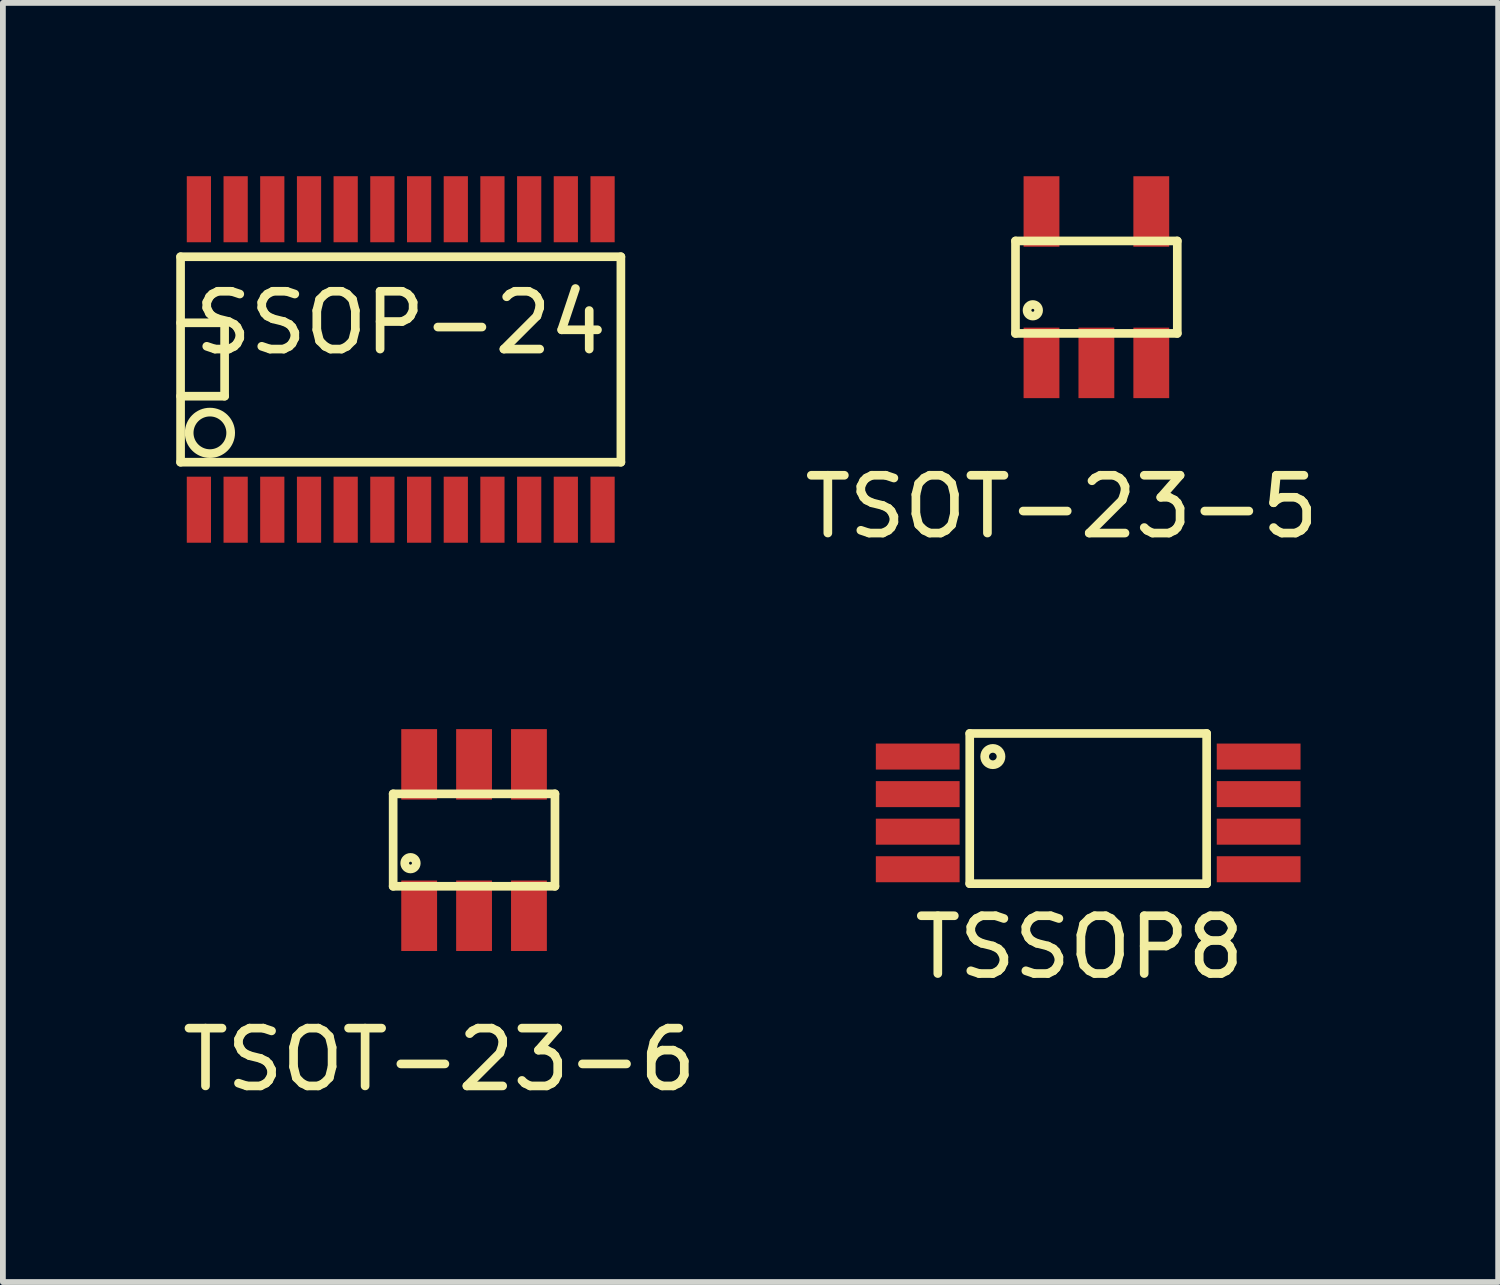
<source format=kicad_pcb>
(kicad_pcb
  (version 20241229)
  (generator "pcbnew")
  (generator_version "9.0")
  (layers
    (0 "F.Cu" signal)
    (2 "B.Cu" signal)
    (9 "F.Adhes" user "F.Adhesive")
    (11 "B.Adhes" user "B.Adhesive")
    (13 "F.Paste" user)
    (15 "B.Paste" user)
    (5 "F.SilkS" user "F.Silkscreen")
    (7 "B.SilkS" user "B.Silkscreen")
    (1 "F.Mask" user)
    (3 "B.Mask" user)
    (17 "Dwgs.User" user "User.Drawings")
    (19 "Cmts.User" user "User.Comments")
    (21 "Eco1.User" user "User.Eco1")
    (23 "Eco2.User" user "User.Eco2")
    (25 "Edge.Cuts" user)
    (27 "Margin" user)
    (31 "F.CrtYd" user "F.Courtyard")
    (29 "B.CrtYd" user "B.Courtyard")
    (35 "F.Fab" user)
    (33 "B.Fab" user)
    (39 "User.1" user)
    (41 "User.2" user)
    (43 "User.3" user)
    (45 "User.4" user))
  (footprint "TSOT-23-5"
    (layer "F.Cu")
    (at 15.924 1.92)
    (property "Reference" "TSOT-23-5" (at -0.6 3.8 0) (layer "F.SilkS") (effects (font (size 1 1) (thickness 0.15))))
    (attr through_hole)
    (fp_line (start -1.4 -0.8) (end 1.4 -0.8) (stroke (width 0.15) (type solid)) (layer "F.SilkS"))
    (fp_line (start -1.4 0.8) (end -1.4 -0.8) (stroke (width 0.15) (type solid)) (layer "F.SilkS"))
    (fp_line (start 1.4 -0.8) (end 1.4 0.8) (stroke (width 0.15) (type solid)) (layer "F.SilkS"))
    (fp_line (start 1.4 0.8) (end -1.4 0.8) (stroke (width 0.15) (type solid)) (layer "F.SilkS"))
    (fp_circle (center -1.1 0.4) (end -1 0.4) (stroke (width 0.15) (type solid)) (fill no) (layer "F.SilkS"))
    (pad "1" smd rect (at -0.95 1.31) (size 0.62 1.22) (layers "F.Cu" "F.Mask" "F.Paste"))
    (pad "2" smd rect (at 0 1.31) (size 0.62 1.22) (layers "F.Cu" "F.Mask" "F.Paste"))
    (pad "3" smd rect (at 0.95 1.31) (size 0.62 1.22) (layers "F.Cu" "F.Mask" "F.Paste"))
    (pad "4" smd rect (at 0.95 -1.31) (size 0.62 1.22) (layers "F.Cu" "F.Mask" "F.Paste"))
    (pad "5" smd rect (at -0.95 -1.31) (size 0.62 1.22) (layers "F.Cu" "F.Mask" "F.Paste")))
  (footprint "TSSOP8"
    (layer "F.Cu")
    (at 12.832 10.043)
    (property "Reference" "TSSOP8" (at 2.8 3.3 0) (layer "F.SilkS") (effects (font (size 1 1) (thickness 0.15))))
    (attr through_hole)
    (fp_line (start 0.9 -0.4) (end 0.9 2.2) (stroke (width 0.15) (type solid)) (layer "F.SilkS"))
    (fp_line (start 0.9 2.2) (end 5 2.2) (stroke (width 0.15) (type solid)) (layer "F.SilkS"))
    (fp_line (start 5 -0.4) (end 0.9 -0.4) (stroke (width 0.15) (type solid)) (layer "F.SilkS"))
    (fp_line (start 5 2.2) (end 5 -0.4) (stroke (width 0.15) (type solid)) (layer "F.SilkS"))
    (fp_circle (center 1.3 0) (end 1.2 -0.1) (stroke (width 0.15) (type solid)) (fill no) (layer "F.SilkS"))
    (pad "1" smd rect (at 0 0) (size 1.45 0.45) (layers "F.Cu" "F.Mask" "F.Paste"))
    (pad "2" smd rect (at 0 0.65) (size 1.45 0.45) (layers "F.Cu" "F.Mask" "F.Paste"))
    (pad "3" smd rect (at 0 1.3) (size 1.45 0.45) (layers "F.Cu" "F.Mask" "F.Paste"))
    (pad "4" smd rect (at 0 1.95) (size 1.45 0.45) (layers "F.Cu" "F.Mask" "F.Paste"))
    (pad "5" smd rect (at 5.9 1.95) (size 1.45 0.45) (layers "F.Cu" "F.Mask" "F.Paste"))
    (pad "6" smd rect (at 5.9 1.3) (size 1.45 0.45) (layers "F.Cu" "F.Mask" "F.Paste"))
    (pad "7" smd rect (at 5.9 0.65) (size 1.45 0.45) (layers "F.Cu" "F.Mask" "F.Paste"))
    (pad "8" smd rect (at 5.9 0) (size 1.45 0.45) (layers "F.Cu" "F.Mask" "F.Paste")))
  (footprint "TSOT-23-6"
    (layer "F.Cu")
    (at 5.154 11.488)
    (property "Reference" "TSOT-23-6" (at -0.6 3.8 0) (layer "F.SilkS") (effects (font (size 1 1) (thickness 0.15))))
    (attr through_hole)
    (fp_line (start -1.4 -0.8) (end 1.4 -0.8) (stroke (width 0.15) (type solid)) (layer "F.SilkS"))
    (fp_line (start -1.4 0.8) (end -1.4 -0.8) (stroke (width 0.15) (type solid)) (layer "F.SilkS"))
    (fp_line (start 1.4 -0.8) (end 1.4 0.8) (stroke (width 0.15) (type solid)) (layer "F.SilkS"))
    (fp_line (start 1.4 0.8) (end -1.4 0.8) (stroke (width 0.15) (type solid)) (layer "F.SilkS"))
    (fp_circle (center -1.1 0.4) (end -1 0.4) (stroke (width 0.15) (type solid)) (fill no) (layer "F.SilkS"))
    (pad "1" smd rect (at -0.95 1.31) (size 0.62 1.22) (layers "F.Cu" "F.Mask" "F.Paste"))
    (pad "2" smd rect (at 0 1.31) (size 0.62 1.22) (layers "F.Cu" "F.Mask" "F.Paste"))
    (pad "3" smd rect (at 0.95 1.31) (size 0.62 1.22) (layers "F.Cu" "F.Mask" "F.Paste"))
    (pad "4" smd rect (at 0.95 -1.31) (size 0.62 1.22) (layers "F.Cu" "F.Mask" "F.Paste"))
    (pad "5" smd rect (at 0 -1.31) (size 0.62 1.22) (layers "F.Cu" "F.Mask" "F.Paste"))
    (pad "6" smd rect (at -0.95 -1.31) (size 0.62 1.22) (layers "F.Cu" "F.Mask" "F.Paste")))
  (footprint "SSOP-24"
    (layer "F.Cu")
    (at 3.885 3.171)
    (property "Reference" "SSOP-24" (at 0 -0.635 0) (layer "F.SilkS") (effects (font (size 1 1) (thickness 0.15))))
    (attr smd)
    (fp_line (start -3.81 -0.635) (end -3.048 -0.635) (stroke (width 0.15) (type solid)) (layer "F.SilkS"))
    (fp_line (start -3.81 1.778) (end -3.81 -1.778) (stroke (width 0.15) (type solid)) (layer "F.SilkS"))
    (fp_line (start -3.81 1.778) (end 3.81 1.778) (stroke (width 0.15) (type solid)) (layer "F.SilkS"))
    (fp_line (start -3.048 -0.635) (end -3.048 0.635) (stroke (width 0.15) (type solid)) (layer "F.SilkS"))
    (fp_line (start -3.048 0.635) (end -3.81 0.635) (stroke (width 0.15) (type solid)) (layer "F.SilkS"))
    (fp_line (start 3.81 -1.778) (end -3.81 -1.778) (stroke (width 0.15) (type solid)) (layer "F.SilkS"))
    (fp_line (start 3.81 -1.778) (end 3.81 1.778) (stroke (width 0.15) (type solid)) (layer "F.SilkS"))
    (fp_circle (center -3.302 1.27) (end -3.556 1.016) (stroke (width 0.15) (type solid)) (fill no) (layer "F.SilkS"))
    (pad "1" smd rect (at -3.493 2.6) (size 0.419 1.143) (layers "F.Cu" "F.Mask" "F.Paste"))
    (pad "2" smd rect (at -2.857 2.6) (size 0.419 1.143) (layers "F.Cu" "F.Mask" "F.Paste"))
    (pad "3" smd rect (at -2.223 2.6) (size 0.419 1.143) (layers "F.Cu" "F.Mask" "F.Paste"))
    (pad "4" smd rect (at -1.587 2.6) (size 0.419 1.143) (layers "F.Cu" "F.Mask" "F.Paste"))
    (pad "5" smd rect (at -0.953 2.6) (size 0.419 1.143) (layers "F.Cu" "F.Mask" "F.Paste"))
    (pad "6" smd rect (at -0.318 2.6) (size 0.419 1.143) (layers "F.Cu" "F.Mask" "F.Paste"))
    (pad "7" smd rect (at 0.318 2.6) (size 0.419 1.143) (layers "F.Cu" "F.Mask" "F.Paste"))
    (pad "8" smd rect (at 0.953 2.6) (size 0.419 1.143) (layers "F.Cu" "F.Mask" "F.Paste"))
    (pad "9" smd rect (at 1.587 2.6) (size 0.419 1.143) (layers "F.Cu" "F.Mask" "F.Paste"))
    (pad "10" smd rect (at 2.223 2.6) (size 0.419 1.143) (layers "F.Cu" "F.Mask" "F.Paste"))
    (pad "11" smd rect (at 2.857 2.6) (size 0.419 1.143) (layers "F.Cu" "F.Mask" "F.Paste"))
    (pad "12" smd rect (at 3.493 2.6) (size 0.419 1.143) (layers "F.Cu" "F.Mask" "F.Paste"))
    (pad "13" smd rect (at 3.493 -2.6) (size 0.419 1.143) (layers "F.Cu" "F.Mask" "F.Paste"))
    (pad "14" smd rect (at 2.857 -2.6) (size 0.419 1.143) (layers "F.Cu" "F.Mask" "F.Paste"))
    (pad "15" smd rect (at 2.223 -2.6) (size 0.419 1.143) (layers "F.Cu" "F.Mask" "F.Paste"))
    (pad "16" smd rect (at 1.587 -2.6) (size 0.419 1.143) (layers "F.Cu" "F.Mask" "F.Paste"))
    (pad "17" smd rect (at 0.953 -2.6) (size 0.419 1.143) (layers "F.Cu" "F.Mask" "F.Paste"))
    (pad "18" smd rect (at 0.318 -2.6) (size 0.419 1.143) (layers "F.Cu" "F.Mask" "F.Paste"))
    (pad "19" smd rect (at -0.318 -2.6) (size 0.419 1.143) (layers "F.Cu" "F.Mask" "F.Paste"))
    (pad "20" smd rect (at -0.953 -2.6) (size 0.419 1.143) (layers "F.Cu" "F.Mask" "F.Paste"))
    (pad "21" smd rect (at -1.587 -2.6) (size 0.419 1.143) (layers "F.Cu" "F.Mask" "F.Paste"))
    (pad "22" smd rect (at -2.223 -2.6) (size 0.419 1.143) (layers "F.Cu" "F.Mask" "F.Paste"))
    (pad "23" smd rect (at -2.857 -2.6) (size 0.419 1.143) (layers "F.Cu" "F.Mask" "F.Paste"))
    (pad "24" smd rect (at -3.493 -2.6) (size 0.419 1.143) (layers "F.Cu" "F.Mask" "F.Paste")))
  (gr_rect
    (start -3 -3)
    (end 22.877 19.137)
    (stroke (width 0.1) (type default))
    (fill no)
    (layer "Edge.Cuts")))
</source>
